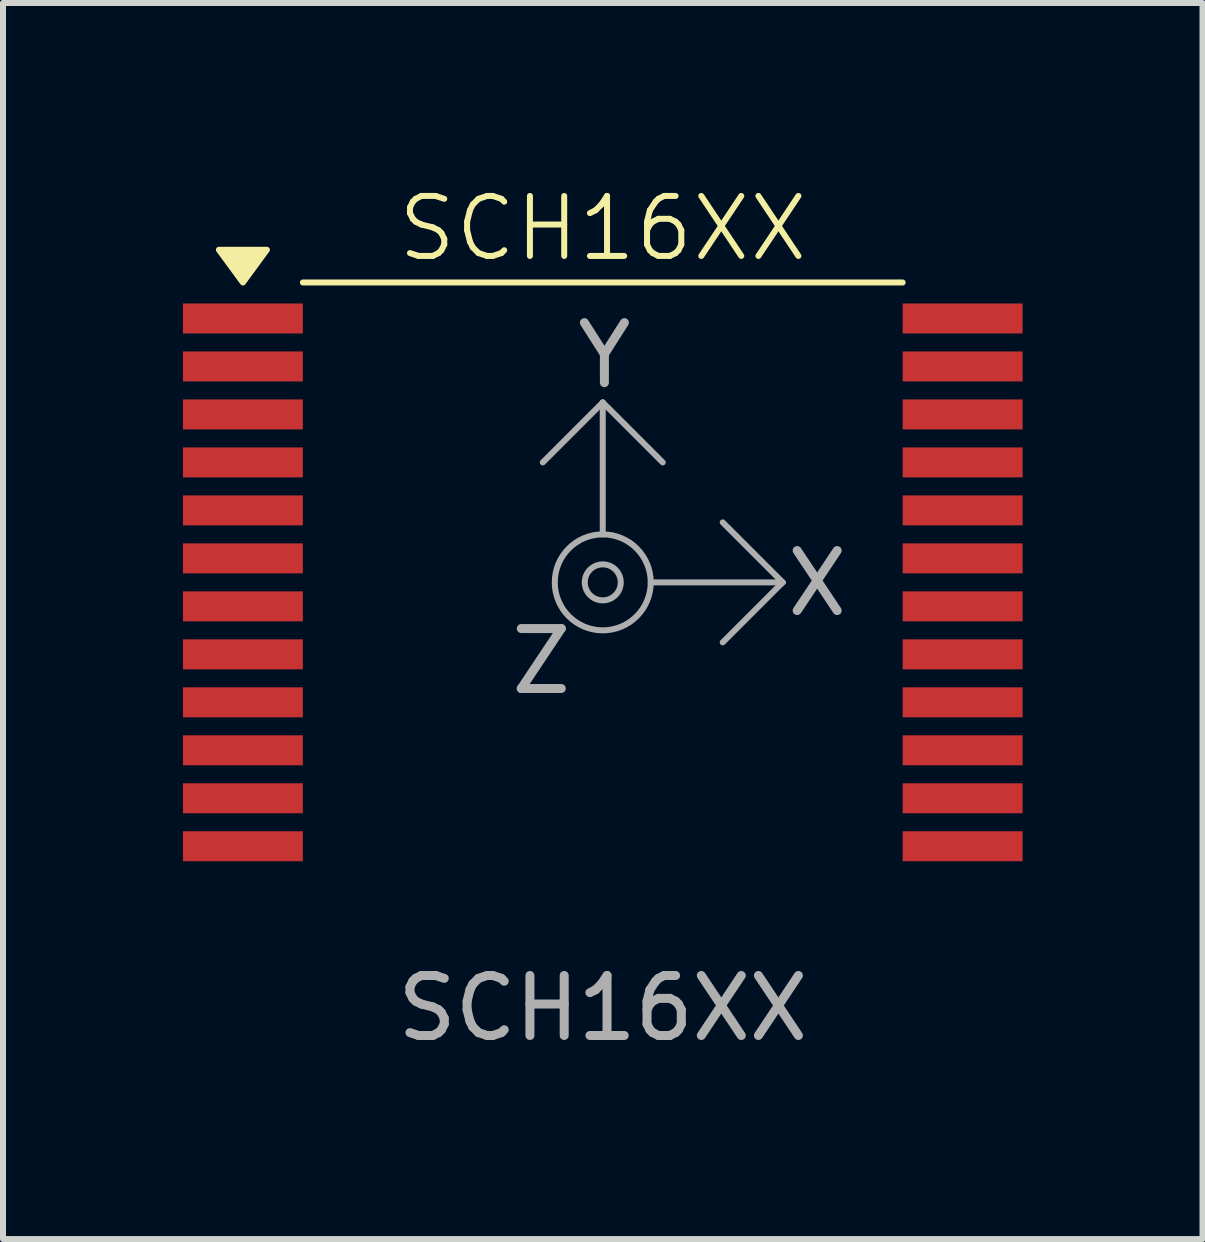
<source format=kicad_pcb>
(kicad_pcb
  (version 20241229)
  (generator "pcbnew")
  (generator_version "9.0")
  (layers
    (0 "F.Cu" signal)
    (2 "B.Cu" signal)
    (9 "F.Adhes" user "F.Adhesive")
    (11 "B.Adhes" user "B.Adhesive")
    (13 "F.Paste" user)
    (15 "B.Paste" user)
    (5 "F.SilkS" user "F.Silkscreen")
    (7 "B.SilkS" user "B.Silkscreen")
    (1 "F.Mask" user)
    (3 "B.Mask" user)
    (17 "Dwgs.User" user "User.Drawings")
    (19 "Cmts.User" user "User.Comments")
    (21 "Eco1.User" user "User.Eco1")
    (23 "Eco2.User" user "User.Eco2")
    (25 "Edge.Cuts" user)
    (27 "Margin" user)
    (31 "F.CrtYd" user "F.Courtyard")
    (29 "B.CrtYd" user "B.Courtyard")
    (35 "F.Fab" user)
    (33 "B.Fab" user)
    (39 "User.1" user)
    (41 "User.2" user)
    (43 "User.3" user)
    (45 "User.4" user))
  (footprint "SCH16XX"
    (layer "F.Cu")
    (at 7 6.66)
    (property "Reference" "SCH16XX" (at 0 -5.9 0) (unlocked yes) (layer "F.SilkS") (effects (font (size 1 1) (thickness 0.1))))
    (attr smd)
    (fp_line (start -5 -5) (end 5 -5) (stroke (width 0.1) (type default)) (layer "F.SilkS"))
    (fp_poly (pts (xy -6 -5) (xy -6.4 -5.545) (xy -5.6 -5.545)) (stroke (width 0.1) (type solid)) (fill yes) (layer "F.SilkS"))
    (fp_line (start 0 -3) (end -1 -2) (stroke (width 0.1) (type default)) (layer "F.Fab"))
    (fp_line (start 0 -3) (end 1 -2) (stroke (width 0.1) (type default)) (layer "F.Fab"))
    (fp_line (start 0 -0.8) (end 0 -3) (stroke (width 0.1) (type default)) (layer "F.Fab"))
    (fp_line (start 0.8 0) (end 3 0) (stroke (width 0.1) (type default)) (layer "F.Fab"))
    (fp_line (start 3 0) (end 2 -1) (stroke (width 0.1) (type default)) (layer "F.Fab"))
    (fp_line (start 3 0) (end 2 1) (stroke (width 0.1) (type default)) (layer "F.Fab"))
    (fp_circle (center 0 0) (end 0 -0.8) (stroke (width 0.1) (type default)) (fill no) (layer "F.Fab"))
    (fp_circle (center 0 0) (end 0 -0.3) (stroke (width 0.1) (type default)) (fill no) (layer "F.Fab"))
    (fp_text user "X" (at 3 0.6 0) (unlocked yes) (layer "F.Fab") (effects (font (size 1 1) (thickness 0.15)) (justify left bottom)))
    (fp_text user "${REFERENCE}" (at 0 7.1 0) (unlocked yes) (layer "F.Fab") (effects (font (size 1 1) (thickness 0.15))))
    (fp_text user "Z" (at -1.6 1.9 0) (unlocked yes) (layer "F.Fab") (effects (font (size 1 1) (thickness 0.15)) (justify left bottom)))
    (fp_text user "Y" (at -0.5 -3.2 0) (unlocked yes) (layer "F.Fab") (effects (font (size 1 1) (thickness 0.15)) (justify left bottom)))
    (pad "1" smd rect (at -6 -4.4) (size 2 0.5) (layers "F.Cu" "F.Mask" "F.Paste"))
    (pad "2" smd rect (at -6 -3.6) (size 2 0.5) (layers "F.Cu" "F.Mask" "F.Paste"))
    (pad "3" smd rect (at -6 -2.8) (size 2 0.5) (layers "F.Cu" "F.Mask" "F.Paste"))
    (pad "4" smd rect (at -6 -2) (size 2 0.5) (layers "F.Cu" "F.Mask" "F.Paste"))
    (pad "5" smd rect (at -6 -1.2) (size 2 0.5) (layers "F.Cu" "F.Mask" "F.Paste"))
    (pad "6" smd rect (at -6 -0.4) (size 2 0.5) (layers "F.Cu" "F.Mask" "F.Paste"))
    (pad "7" smd rect (at -6 0.4) (size 2 0.5) (layers "F.Cu" "F.Mask" "F.Paste"))
    (pad "8" smd rect (at -6 1.2) (size 2 0.5) (layers "F.Cu" "F.Mask" "F.Paste"))
    (pad "9" smd rect (at -6 2) (size 2 0.5) (layers "F.Cu" "F.Mask" "F.Paste"))
    (pad "10" smd rect (at -6 2.8) (size 2 0.5) (layers "F.Cu" "F.Mask" "F.Paste"))
    (pad "11" smd rect (at -6 3.6) (size 2 0.5) (layers "F.Cu" "F.Mask" "F.Paste"))
    (pad "12" smd rect (at -6 4.4) (size 2 0.5) (layers "F.Cu" "F.Mask" "F.Paste"))
    (pad "13" smd rect (at 6 4.4) (size 2 0.5) (layers "F.Cu" "F.Mask" "F.Paste"))
    (pad "14" smd rect (at 6 3.6) (size 2 0.5) (layers "F.Cu" "F.Mask" "F.Paste"))
    (pad "15" smd rect (at 6 2.8) (size 2 0.5) (layers "F.Cu" "F.Mask" "F.Paste"))
    (pad "16" smd rect (at 6 2) (size 2 0.5) (layers "F.Cu" "F.Mask" "F.Paste"))
    (pad "17" smd rect (at 6 1.2) (size 2 0.5) (layers "F.Cu" "F.Mask" "F.Paste"))
    (pad "18" smd rect (at 6 0.4) (size 2 0.5) (layers "F.Cu" "F.Mask" "F.Paste"))
    (pad "19" smd rect (at 6 -0.4) (size 2 0.5) (layers "F.Cu" "F.Mask" "F.Paste"))
    (pad "20" smd rect (at 6 -1.2) (size 2 0.5) (layers "F.Cu" "F.Mask" "F.Paste"))
    (pad "21" smd rect (at 6 -2) (size 2 0.5) (layers "F.Cu" "F.Mask" "F.Paste"))
    (pad "22" smd rect (at 6 -2.8) (size 2 0.5) (layers "F.Cu" "F.Mask" "F.Paste"))
    (pad "23" smd rect (at 6 -3.6) (size 2 0.5) (layers "F.Cu" "F.Mask" "F.Paste"))
    (pad "24" smd rect (at 6 -4.4) (size 2 0.5) (layers "F.Cu" "F.Mask" "F.Paste")))
  (gr_rect
    (start -3 -3)
    (end 17 17.609)
    (stroke (width 0.1) (type default))
    (fill no)
    (layer "Edge.Cuts")))
</source>
